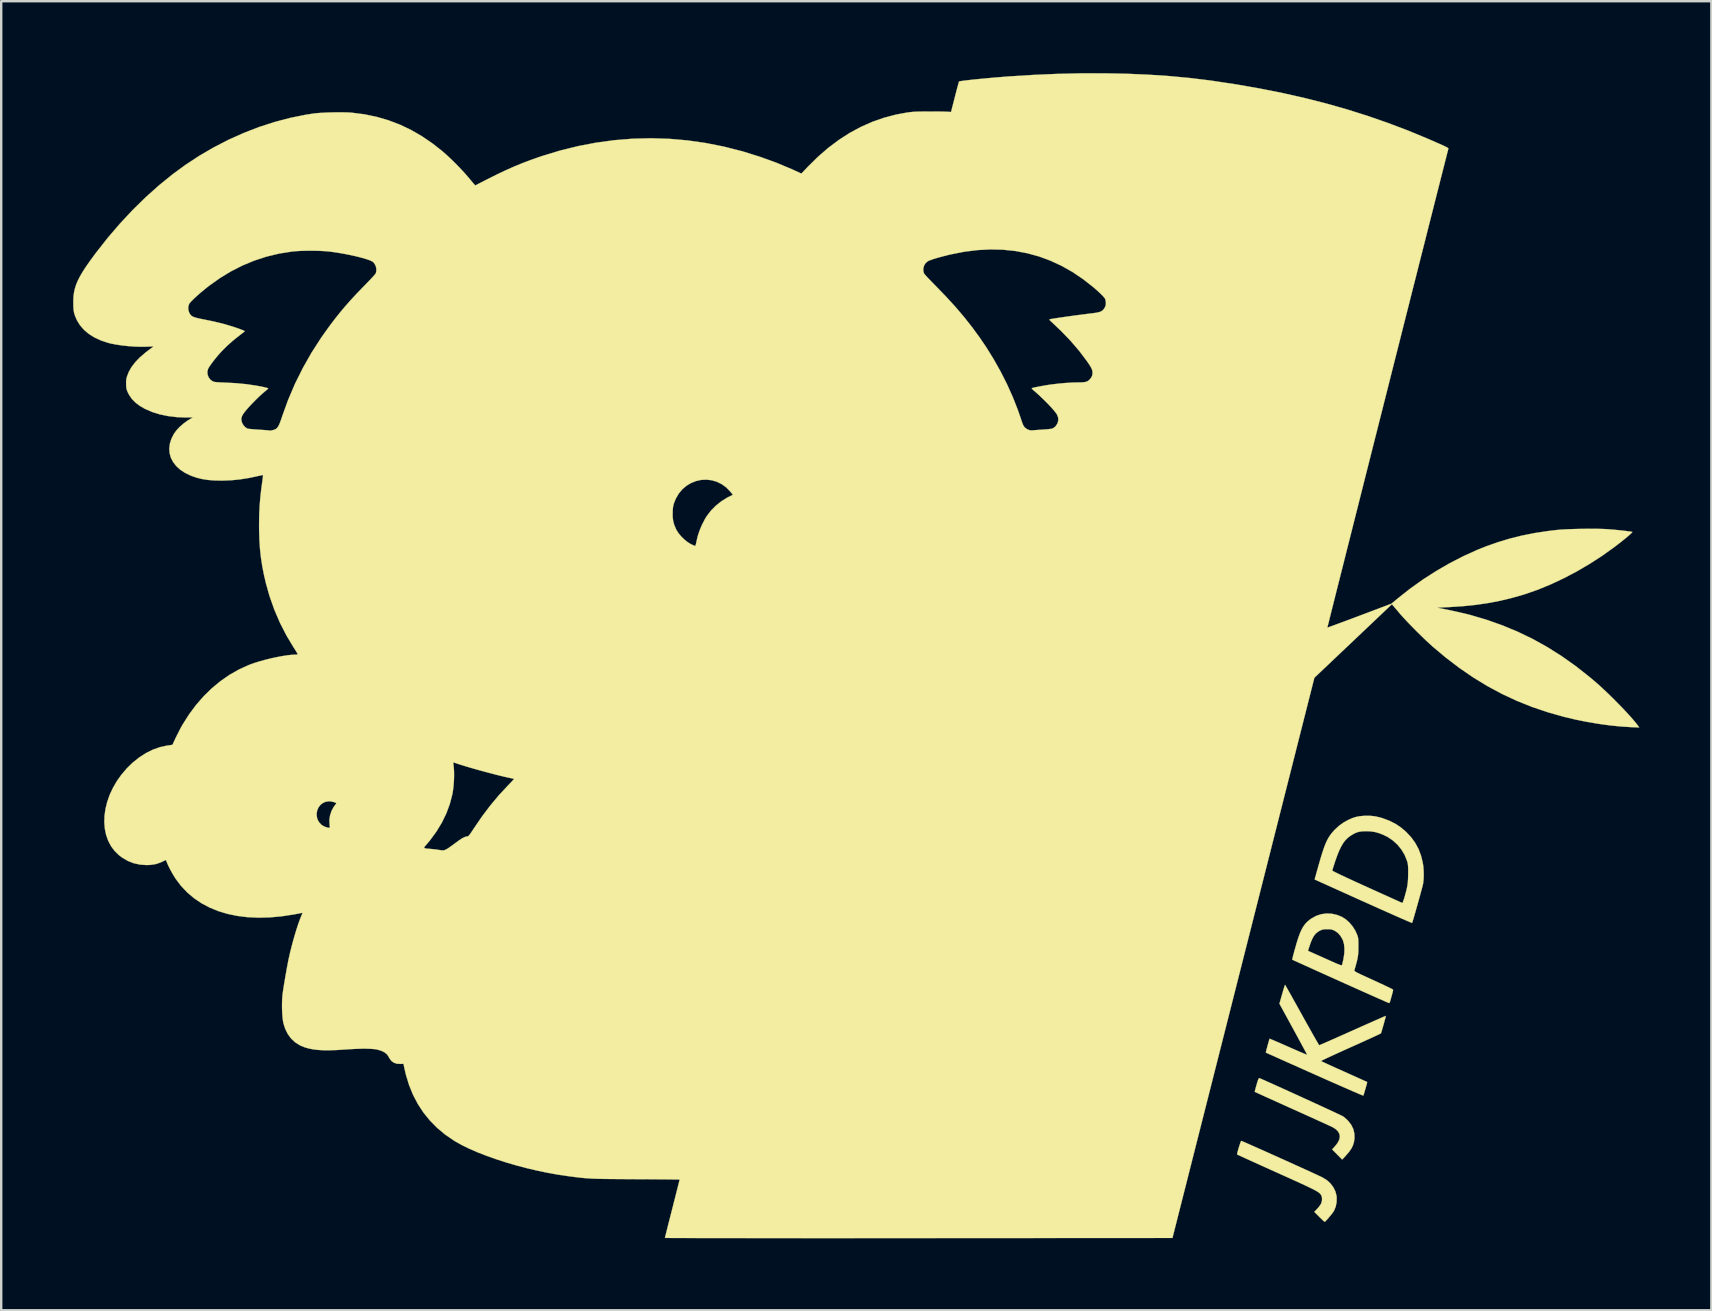
<source format=kicad_pcb>
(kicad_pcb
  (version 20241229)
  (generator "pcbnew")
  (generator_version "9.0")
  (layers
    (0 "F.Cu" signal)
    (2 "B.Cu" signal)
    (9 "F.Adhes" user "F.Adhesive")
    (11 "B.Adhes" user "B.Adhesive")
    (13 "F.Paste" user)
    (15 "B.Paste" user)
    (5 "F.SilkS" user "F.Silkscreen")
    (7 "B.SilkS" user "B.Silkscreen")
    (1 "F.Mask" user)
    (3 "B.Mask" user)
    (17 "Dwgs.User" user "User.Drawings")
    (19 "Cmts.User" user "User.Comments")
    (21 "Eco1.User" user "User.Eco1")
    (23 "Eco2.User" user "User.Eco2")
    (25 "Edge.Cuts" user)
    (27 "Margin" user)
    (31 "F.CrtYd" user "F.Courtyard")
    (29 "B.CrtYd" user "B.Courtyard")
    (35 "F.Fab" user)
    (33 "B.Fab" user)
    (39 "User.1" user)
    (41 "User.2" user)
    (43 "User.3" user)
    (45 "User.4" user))
  (footprint "jjkpdlogov2"
    (layer "F.Cu")
    (at 27.37 9.205)
    (property "Reference" "jjkpdlogov2" (at 0 0 0) (layer "F.SilkS") (effects (font (size 1.27 1.27) (thickness 0.15))))
    (attr through_hole)
    (fp_poly (pts (xy 22.087 32.686) (xy 22.15 32.713) (xy 22.244 32.754) (xy 22.366 32.808) (xy 22.513 32.874) (xy 22.681 32.949) (xy 22.868 33.034) (xy 23.069 33.125) (xy 23.282 33.221) (xy 23.503 33.322) (xy 23.728 33.424) (xy 23.954 33.528) (xy 24.178 33.63) (xy 24.397 33.731) (xy 24.606 33.827) (xy 24.804 33.918) (xy 24.985 34.002) (xy 25.147 34.077) (xy 25.287 34.143) (xy 25.401 34.196) (xy 25.485 34.237) (xy 25.537 34.263) (xy 25.551 34.27) (xy 25.617 34.32) (xy 25.695 34.388) (xy 25.766 34.459) (xy 25.768 34.46) (xy 25.894 34.624) (xy 25.98 34.801) (xy 26.025 34.989) (xy 26.029 35.189) (xy 26.007 35.34) (xy 25.965 35.48) (xy 25.897 35.615) (xy 25.799 35.755) (xy 25.669 35.907) (xy 25.661 35.916) (xy 25.516 36.071) (xy 25.307 35.859) (xy 25.097 35.648) (xy 25.209 35.524) (xy 25.321 35.384) (xy 25.39 35.252) (xy 25.419 35.128) (xy 25.405 35.013) (xy 25.351 34.907) (xy 25.255 34.809) (xy 25.118 34.721) (xy 25.103 34.713) (xy 25.069 34.697) (xy 25 34.665) (xy 24.898 34.618) (xy 24.767 34.558) (xy 24.61 34.487) (xy 24.43 34.405) (xy 24.23 34.314) (xy 24.013 34.216) (xy 23.782 34.112) (xy 23.54 34.003) (xy 23.445 33.96) (xy 23.203 33.851) (xy 22.972 33.747) (xy 22.756 33.649) (xy 22.556 33.558) (xy 22.376 33.477) (xy 22.219 33.406) (xy 22.088 33.346) (xy 21.986 33.3) (xy 21.915 33.267) (xy 21.878 33.25) (xy 21.874 33.248) (xy 21.877 33.226) (xy 21.889 33.17) (xy 21.91 33.09) (xy 21.937 32.991) (xy 21.948 32.955) (xy 21.983 32.834) (xy 22.012 32.751) (xy 22.034 32.7) (xy 22.052 32.678) (xy 22.06 32.676) (xy 22.087 32.686)) (stroke (width 0.01) (type solid)) (fill yes) (layer "F.SilkS"))
    (fp_poly (pts (xy 21.328 35.299) (xy 21.385 35.322) (xy 21.474 35.36) (xy 21.591 35.411) (xy 21.733 35.474) (xy 21.896 35.547) (xy 22.078 35.628) (xy 22.275 35.715) (xy 22.484 35.809) (xy 22.7 35.906) (xy 22.922 36.006) (xy 23.145 36.106) (xy 23.366 36.206) (xy 23.581 36.304) (xy 23.788 36.398) (xy 23.983 36.486) (xy 24.163 36.568) (xy 24.324 36.642) (xy 24.462 36.706) (xy 24.575 36.759) (xy 24.66 36.799) (xy 24.702 36.82) (xy 24.878 36.929) (xy 25.027 37.065) (xy 25.146 37.221) (xy 25.232 37.394) (xy 25.28 37.578) (xy 25.288 37.65) (xy 25.284 37.847) (xy 25.246 38.035) (xy 25.176 38.204) (xy 25.168 38.219) (xy 25.136 38.266) (xy 25.087 38.332) (xy 25.026 38.407) (xy 24.961 38.485) (xy 24.898 38.558) (xy 24.843 38.617) (xy 24.803 38.656) (xy 24.789 38.666) (xy 24.77 38.654) (xy 24.727 38.617) (xy 24.666 38.56) (xy 24.592 38.488) (xy 24.565 38.461) (xy 24.355 38.25) (xy 24.476 38.123) (xy 24.54 38.05) (xy 24.596 37.975) (xy 24.635 37.912) (xy 24.638 37.905) (xy 24.671 37.799) (xy 24.678 37.69) (xy 24.659 37.594) (xy 24.649 37.572) (xy 24.634 37.544) (xy 24.616 37.517) (xy 24.593 37.49) (xy 24.563 37.462) (xy 24.524 37.433) (xy 24.472 37.399) (xy 24.406 37.361) (xy 24.323 37.317) (xy 24.221 37.266) (xy 24.097 37.206) (xy 23.949 37.136) (xy 23.774 37.055) (xy 23.57 36.962) (xy 23.335 36.855) (xy 23.065 36.733) (xy 22.787 36.608) (xy 22.539 36.496) (xy 22.301 36.389) (xy 22.078 36.288) (xy 21.872 36.195) (xy 21.685 36.11) (xy 21.521 36.035) (xy 21.383 35.972) (xy 21.272 35.921) (xy 21.192 35.884) (xy 21.147 35.862) (xy 21.136 35.857) (xy 21.138 35.83) (xy 21.151 35.774) (xy 21.172 35.696) (xy 21.197 35.605) (xy 21.226 35.512) (xy 21.254 35.425) (xy 21.279 35.353) (xy 21.298 35.305) (xy 21.307 35.291) (xy 21.328 35.299)) (stroke (width 0.01) (type solid)) (fill yes) (layer "F.SilkS"))
    (fp_poly (pts (xy 25.089 25.826) (xy 25.312 25.878) (xy 25.5 25.954) (xy 25.659 26.053) (xy 25.81 26.186) (xy 25.946 26.346) (xy 26.059 26.523) (xy 26.138 26.698) (xy 26.159 26.757) (xy 26.173 26.809) (xy 26.183 26.863) (xy 26.189 26.928) (xy 26.192 27.013) (xy 26.192 27.126) (xy 26.192 27.21) (xy 26.191 27.333) (xy 26.187 27.439) (xy 26.179 27.535) (xy 26.166 27.629) (xy 26.147 27.729) (xy 26.119 27.844) (xy 26.082 27.981) (xy 26.034 28.149) (xy 26.024 28.185) (xy 26.023 28.197) (xy 26.031 28.211) (xy 26.05 28.227) (xy 26.084 28.249) (xy 26.136 28.278) (xy 26.21 28.315) (xy 26.309 28.362) (xy 26.435 28.421) (xy 26.594 28.494) (xy 26.787 28.582) (xy 26.819 28.597) (xy 26.992 28.676) (xy 27.153 28.751) (xy 27.297 28.819) (xy 27.421 28.878) (xy 27.521 28.927) (xy 27.592 28.963) (xy 27.631 28.985) (xy 27.637 28.99) (xy 27.637 29.011) (xy 27.629 29.056) (xy 27.611 29.129) (xy 27.583 29.232) (xy 27.545 29.369) (xy 27.503 29.512) (xy 27.483 29.542) (xy 27.468 29.548) (xy 27.445 29.539) (xy 27.387 29.514) (xy 27.295 29.474) (xy 27.172 29.42) (xy 27.021 29.353) (xy 26.845 29.275) (xy 26.645 29.186) (xy 26.425 29.088) (xy 26.187 28.981) (xy 25.933 28.868) (xy 25.667 28.748) (xy 25.444 28.648) (xy 25.17 28.524) (xy 24.906 28.406) (xy 24.656 28.293) (xy 24.422 28.188) (xy 24.207 28.09) (xy 24.012 28.002) (xy 23.842 27.925) (xy 23.698 27.86) (xy 23.582 27.807) (xy 23.499 27.769) (xy 23.449 27.746) (xy 23.435 27.739) (xy 23.438 27.717) (xy 23.451 27.659) (xy 23.472 27.572) (xy 23.502 27.461) (xy 23.526 27.371) (xy 24.091 27.371) (xy 24.137 27.391) (xy 24.167 27.405) (xy 24.23 27.433) (xy 24.323 27.474) (xy 24.439 27.526) (xy 24.575 27.587) (xy 24.725 27.654) (xy 24.839 27.705) (xy 25.016 27.784) (xy 25.158 27.847) (xy 25.27 27.896) (xy 25.354 27.931) (xy 25.416 27.954) (xy 25.458 27.968) (xy 25.486 27.972) (xy 25.501 27.97) (xy 25.509 27.961) (xy 25.511 27.957) (xy 25.522 27.919) (xy 25.538 27.851) (xy 25.558 27.763) (xy 25.571 27.7) (xy 25.604 27.485) (xy 25.611 27.282) (xy 25.594 27.1) (xy 25.552 26.944) (xy 25.534 26.902) (xy 25.443 26.745) (xy 25.336 26.625) (xy 25.21 26.537) (xy 25.193 26.528) (xy 25.124 26.498) (xy 25.061 26.48) (xy 24.99 26.471) (xy 24.892 26.469) (xy 24.794 26.472) (xy 24.721 26.48) (xy 24.658 26.499) (xy 24.591 26.529) (xy 24.494 26.586) (xy 24.41 26.659) (xy 24.336 26.752) (xy 24.27 26.871) (xy 24.206 27.022) (xy 24.142 27.209) (xy 24.14 27.216) (xy 24.091 27.371) (xy 23.526 27.371) (xy 23.537 27.332) (xy 23.57 27.215) (xy 23.639 26.977) (xy 23.705 26.776) (xy 23.769 26.607) (xy 23.835 26.465) (xy 23.905 26.346) (xy 23.981 26.244) (xy 24.067 26.155) (xy 24.165 26.074) (xy 24.243 26.019) (xy 24.441 25.911) (xy 24.65 25.843) (xy 24.867 25.815) (xy 25.089 25.826)) (stroke (width 0.01) (type solid)) (fill yes) (layer "F.SilkS"))
    (fp_poly (pts (xy 26.888 21.766) (xy 27.098 21.813) (xy 27.205 21.846) (xy 27.484 21.951) (xy 27.733 22.076) (xy 27.958 22.226) (xy 28.169 22.404) (xy 28.181 22.415) (xy 28.39 22.638) (xy 28.561 22.874) (xy 28.698 23.127) (xy 28.802 23.404) (xy 28.874 23.696) (xy 28.898 23.853) (xy 28.911 24.029) (xy 28.916 24.21) (xy 28.91 24.383) (xy 28.894 24.534) (xy 28.885 24.589) (xy 28.872 24.644) (xy 28.85 24.73) (xy 28.82 24.842) (xy 28.785 24.973) (xy 28.745 25.119) (xy 28.702 25.274) (xy 28.657 25.433) (xy 28.613 25.591) (xy 28.57 25.742) (xy 28.53 25.881) (xy 28.495 26.002) (xy 28.466 26.1) (xy 28.444 26.169) (xy 28.432 26.205) (xy 28.43 26.208) (xy 28.409 26.202) (xy 28.352 26.179) (xy 28.262 26.141) (xy 28.141 26.089) (xy 27.991 26.024) (xy 27.816 25.947) (xy 27.617 25.859) (xy 27.398 25.761) (xy 27.16 25.655) (xy 26.907 25.542) (xy 26.64 25.422) (xy 26.395 25.312) (xy 26.119 25.188) (xy 25.854 25.068) (xy 25.603 24.955) (xy 25.368 24.849) (xy 25.151 24.751) (xy 24.956 24.663) (xy 24.784 24.585) (xy 24.639 24.52) (xy 24.522 24.467) (xy 24.437 24.428) (xy 24.385 24.405) (xy 24.37 24.397) (xy 24.374 24.377) (xy 24.389 24.321) (xy 24.413 24.234) (xy 24.445 24.12) (xy 24.471 24.028) (xy 25.104 24.028) (xy 25.123 24.042) (xy 25.178 24.072) (xy 25.269 24.117) (xy 25.392 24.177) (xy 25.546 24.25) (xy 25.728 24.335) (xy 25.937 24.432) (xy 26.171 24.54) (xy 26.428 24.657) (xy 26.559 24.716) (xy 26.792 24.822) (xy 27.014 24.922) (xy 27.222 25.016) (xy 27.413 25.102) (xy 27.583 25.179) (xy 27.731 25.246) (xy 27.851 25.3) (xy 27.943 25.341) (xy 28.002 25.367) (xy 28.026 25.377) (xy 28.027 25.377) (xy 28.037 25.359) (xy 28.057 25.308) (xy 28.083 25.234) (xy 28.106 25.162) (xy 28.161 24.971) (xy 28.203 24.808) (xy 28.233 24.659) (xy 28.252 24.513) (xy 28.262 24.357) (xy 28.266 24.179) (xy 28.266 24.151) (xy 28.267 24.012) (xy 28.265 23.906) (xy 28.26 23.824) (xy 28.253 23.758) (xy 28.241 23.699) (xy 28.224 23.638) (xy 28.219 23.622) (xy 28.122 23.379) (xy 27.988 23.153) (xy 27.822 22.949) (xy 27.628 22.772) (xy 27.409 22.624) (xy 27.227 22.535) (xy 27.047 22.466) (xy 26.883 22.42) (xy 26.721 22.395) (xy 26.542 22.386) (xy 26.511 22.386) (xy 26.356 22.391) (xy 26.228 22.408) (xy 26.114 22.44) (xy 26 22.494) (xy 25.872 22.571) (xy 25.858 22.58) (xy 25.751 22.661) (xy 25.653 22.758) (xy 25.563 22.874) (xy 25.479 23.015) (xy 25.396 23.184) (xy 25.314 23.385) (xy 25.229 23.624) (xy 25.221 23.648) (xy 25.183 23.765) (xy 25.15 23.868) (xy 25.124 23.951) (xy 25.108 24.007) (xy 25.104 24.028) (xy 24.471 24.028) (xy 24.483 23.985) (xy 24.525 23.833) (xy 24.554 23.733) (xy 24.627 23.481) (xy 24.694 23.265) (xy 24.756 23.081) (xy 24.816 22.924) (xy 24.876 22.788) (xy 24.939 22.67) (xy 25.006 22.565) (xy 25.08 22.466) (xy 25.163 22.37) (xy 25.207 22.323) (xy 25.39 22.154) (xy 25.585 22.016) (xy 25.783 21.909) (xy 25.937 21.841) (xy 26.077 21.795) (xy 26.22 21.765) (xy 26.383 21.748) (xy 26.454 21.744) (xy 26.68 21.743) (xy 26.888 21.766)) (stroke (width 0.01) (type solid)) (fill yes) (layer "F.SilkS"))
    (fp_poly (pts (xy 23.147 28.805) (xy 23.177 28.858) (xy 23.225 28.941) (xy 23.288 29.052) (xy 23.365 29.188) (xy 23.453 29.346) (xy 23.552 29.524) (xy 23.66 29.717) (xy 23.774 29.923) (xy 23.843 30.047) (xy 23.961 30.259) (xy 24.073 30.46) (xy 24.178 30.647) (xy 24.273 30.816) (xy 24.358 30.966) (xy 24.43 31.092) (xy 24.488 31.191) (xy 24.53 31.262) (xy 24.555 31.3) (xy 24.56 31.305) (xy 24.582 31.297) (xy 24.64 31.273) (xy 24.73 31.234) (xy 24.85 31.182) (xy 24.995 31.118) (xy 25.164 31.043) (xy 25.352 30.96) (xy 25.557 30.869) (xy 25.776 30.771) (xy 25.956 30.691) (xy 26.183 30.589) (xy 26.398 30.493) (xy 26.599 30.404) (xy 26.782 30.323) (xy 26.944 30.252) (xy 27.082 30.191) (xy 27.194 30.142) (xy 27.275 30.107) (xy 27.324 30.087) (xy 27.336 30.082) (xy 27.333 30.104) (xy 27.319 30.158) (xy 27.298 30.236) (xy 27.272 30.332) (xy 27.243 30.436) (xy 27.213 30.541) (xy 27.184 30.639) (xy 27.16 30.722) (xy 27.141 30.781) (xy 27.13 30.81) (xy 27.13 30.811) (xy 27.109 30.823) (xy 27.053 30.85) (xy 26.964 30.892) (xy 26.846 30.947) (xy 26.703 31.013) (xy 26.538 31.088) (xy 26.353 31.172) (xy 26.153 31.263) (xy 25.94 31.358) (xy 25.867 31.391) (xy 25.652 31.487) (xy 25.449 31.579) (xy 25.261 31.665) (xy 25.092 31.743) (xy 24.944 31.811) (xy 24.821 31.869) (xy 24.727 31.915) (xy 24.663 31.946) (xy 24.635 31.963) (xy 24.633 31.965) (xy 24.655 31.977) (xy 24.712 32.004) (xy 24.8 32.044) (xy 24.915 32.097) (xy 25.054 32.161) (xy 25.212 32.233) (xy 25.387 32.311) (xy 25.574 32.395) (xy 25.601 32.408) (xy 25.789 32.492) (xy 25.965 32.571) (xy 26.125 32.643) (xy 26.265 32.706) (xy 26.383 32.759) (xy 26.473 32.8) (xy 26.533 32.827) (xy 26.558 32.839) (xy 26.558 32.839) (xy 26.555 32.86) (xy 26.543 32.912) (xy 26.523 32.987) (xy 26.498 33.075) (xy 26.471 33.168) (xy 26.445 33.257) (xy 26.422 33.332) (xy 26.405 33.384) (xy 26.397 33.405) (xy 26.376 33.399) (xy 26.319 33.376) (xy 26.229 33.339) (xy 26.108 33.287) (xy 25.958 33.223) (xy 25.782 33.146) (xy 25.584 33.059) (xy 25.364 32.963) (xy 25.126 32.858) (xy 24.872 32.746) (xy 24.606 32.627) (xy 24.363 32.519) (xy 24.086 32.396) (xy 23.821 32.278) (xy 23.57 32.165) (xy 23.334 32.06) (xy 23.117 31.963) (xy 22.922 31.876) (xy 22.75 31.799) (xy 22.604 31.733) (xy 22.487 31.681) (xy 22.401 31.642) (xy 22.35 31.619) (xy 22.334 31.612) (xy 22.338 31.591) (xy 22.35 31.538) (xy 22.369 31.463) (xy 22.393 31.374) (xy 22.419 31.28) (xy 22.444 31.19) (xy 22.466 31.113) (xy 22.482 31.058) (xy 22.491 31.034) (xy 22.491 31.034) (xy 22.511 31.041) (xy 22.566 31.063) (xy 22.65 31.099) (xy 22.761 31.146) (xy 22.895 31.204) (xy 23.046 31.27) (xy 23.211 31.343) (xy 23.272 31.37) (xy 23.441 31.444) (xy 23.598 31.513) (xy 23.738 31.574) (xy 23.858 31.625) (xy 23.953 31.665) (xy 24.019 31.692) (xy 24.051 31.705) (xy 24.054 31.705) (xy 24.046 31.685) (xy 24.019 31.632) (xy 23.975 31.548) (xy 23.916 31.438) (xy 23.843 31.303) (xy 23.759 31.148) (xy 23.666 30.975) (xy 23.565 30.789) (xy 23.481 30.636) (xy 22.901 29.575) (xy 23.013 29.181) (xy 23.048 29.059) (xy 23.079 28.953) (xy 23.106 28.868) (xy 23.125 28.811) (xy 23.135 28.788) (xy 23.135 28.787) (xy 23.147 28.805)) (stroke (width 0.01) (type solid)) (fill yes) (layer "F.SilkS"))
    (fp_poly (pts (xy 16.519 -9.182) (xy 17.433 -9.143) (xy 18.318 -9.084) (xy 19.173 -9.004) (xy 19.994 -8.904) (xy 20.108 -8.888) (xy 21.12 -8.735) (xy 22.096 -8.564) (xy 23.041 -8.376) (xy 23.957 -8.169) (xy 24.851 -7.942) (xy 25.724 -7.694) (xy 26.581 -7.424) (xy 27.426 -7.13) (xy 28.263 -6.813) (xy 29.095 -6.469) (xy 29.713 -6.197) (xy 29.818 -6.148) (xy 29.888 -6.111) (xy 29.928 -6.084) (xy 29.942 -6.063) (xy 29.942 -6.056) (xy 29.933 -6.024) (xy 29.915 -5.953) (xy 29.887 -5.845) (xy 29.85 -5.7) (xy 29.805 -5.521) (xy 29.751 -5.309) (xy 29.689 -5.066) (xy 29.619 -4.792) (xy 29.543 -4.49) (xy 29.459 -4.162) (xy 29.369 -3.807) (xy 29.274 -3.429) (xy 29.172 -3.029) (xy 29.065 -2.607) (xy 28.954 -2.166) (xy 28.838 -1.708) (xy 28.717 -1.233) (xy 28.594 -0.743) (xy 28.466 -0.241) (xy 28.336 0.274) (xy 28.203 0.799) (xy 28.068 1.332) (xy 27.932 1.873) (xy 27.794 2.419) (xy 27.654 2.97) (xy 27.515 3.523) (xy 27.375 4.077) (xy 27.235 4.631) (xy 27.095 5.183) (xy 26.957 5.731) (xy 26.819 6.274) (xy 26.684 6.811) (xy 26.55 7.34) (xy 26.419 7.859) (xy 26.291 8.367) (xy 26.166 8.863) (xy 26.044 9.345) (xy 25.927 9.81) (xy 25.814 10.259) (xy 25.705 10.689) (xy 25.602 11.099) (xy 25.504 11.487) (xy 25.412 11.852) (xy 25.326 12.192) (xy 25.247 12.506) (xy 25.175 12.792) (xy 25.111 13.049) (xy 25.054 13.275) (xy 25.005 13.468) (xy 24.966 13.628) (xy 24.935 13.752) (xy 24.913 13.84) (xy 24.901 13.888) (xy 24.899 13.899) (xy 24.919 13.893) (xy 24.977 13.874) (xy 25.067 13.842) (xy 25.187 13.798) (xy 25.333 13.744) (xy 25.503 13.681) (xy 25.693 13.611) (xy 25.9 13.534) (xy 26.12 13.451) (xy 26.239 13.406) (xy 27.57 12.904) (xy 27.834 12.683) (xy 28.34 12.283) (xy 28.872 11.903) (xy 29.425 11.548) (xy 29.992 11.22) (xy 30.567 10.924) (xy 31.143 10.663) (xy 31.523 10.511) (xy 32.018 10.337) (xy 32.514 10.188) (xy 33.02 10.063) (xy 33.543 9.959) (xy 34.092 9.876) (xy 34.47 9.831) (xy 34.617 9.818) (xy 34.798 9.807) (xy 35.005 9.798) (xy 35.231 9.791) (xy 35.467 9.786) (xy 35.706 9.783) (xy 35.94 9.782) (xy 36.16 9.784) (xy 36.358 9.789) (xy 36.528 9.796) (xy 36.57 9.799) (xy 36.691 9.808) (xy 36.826 9.819) (xy 36.967 9.833) (xy 37.109 9.847) (xy 37.245 9.862) (xy 37.368 9.877) (xy 37.473 9.891) (xy 37.552 9.902) (xy 37.598 9.911) (xy 37.608 9.915) (xy 37.599 9.934) (xy 37.559 9.975) (xy 37.494 10.035) (xy 37.406 10.111) (xy 37.301 10.198) (xy 37.181 10.295) (xy 37.051 10.397) (xy 36.915 10.502) (xy 36.841 10.558) (xy 36.342 10.914) (xy 35.824 11.248) (xy 35.293 11.559) (xy 34.755 11.842) (xy 34.215 12.096) (xy 33.678 12.317) (xy 33.15 12.502) (xy 32.999 12.549) (xy 32.521 12.682) (xy 32.045 12.793) (xy 31.561 12.884) (xy 31.063 12.956) (xy 30.543 13.009) (xy 29.993 13.045) (xy 29.824 13.053) (xy 29.705 13.058) (xy 29.606 13.064) (xy 29.532 13.069) (xy 29.49 13.073) (xy 29.484 13.076) (xy 29.485 13.076) (xy 29.566 13.089) (xy 29.681 13.111) (xy 29.821 13.139) (xy 29.98 13.172) (xy 30.149 13.208) (xy 30.322 13.246) (xy 30.489 13.285) (xy 30.645 13.321) (xy 30.78 13.354) (xy 30.863 13.376) (xy 31.544 13.577) (xy 32.201 13.81) (xy 32.838 14.075) (xy 33.457 14.374) (xy 34.06 14.709) (xy 34.651 15.081) (xy 35.232 15.492) (xy 35.806 15.943) (xy 36.08 16.174) (xy 36.251 16.325) (xy 36.432 16.493) (xy 36.621 16.672) (xy 36.812 16.859) (xy 37.001 17.05) (xy 37.185 17.238) (xy 37.357 17.421) (xy 37.515 17.594) (xy 37.654 17.752) (xy 37.769 17.891) (xy 37.852 18) (xy 37.896 18.062) (xy 37.559 18.049) (xy 37.13 18.022) (xy 36.674 17.976) (xy 36.202 17.911) (xy 35.723 17.831) (xy 35.247 17.735) (xy 34.786 17.626) (xy 34.766 17.621) (xy 34.085 17.429) (xy 33.428 17.206) (xy 32.791 16.951) (xy 32.173 16.663) (xy 31.571 16.339) (xy 30.981 15.98) (xy 30.401 15.582) (xy 29.828 15.145) (xy 29.284 14.688) (xy 29.152 14.569) (xy 29.001 14.429) (xy 28.839 14.272) (xy 28.669 14.106) (xy 28.5 13.936) (xy 28.337 13.769) (xy 28.185 13.61) (xy 28.051 13.466) (xy 27.941 13.342) (xy 27.919 13.316) (xy 27.839 13.221) (xy 27.765 13.134) (xy 27.702 13.06) (xy 27.657 13.007) (xy 27.642 12.99) (xy 27.588 12.927) (xy 24.357 15.992) (xy 18.443 39.338) (xy 7.867 39.344) (xy 7.2 39.344) (xy 6.544 39.344) (xy 5.899 39.344) (xy 5.268 39.344) (xy 4.651 39.345) (xy 4.05 39.345) (xy 3.467 39.345) (xy 2.901 39.344) (xy 2.355 39.344) (xy 1.829 39.344) (xy 1.326 39.344) (xy 0.846 39.344) (xy 0.391 39.343) (xy -0.038 39.343) (xy -0.44 39.343) (xy -0.814 39.342) (xy -1.158 39.342) (xy -1.471 39.341) (xy -1.752 39.341) (xy -1.999 39.34) (xy -2.212 39.339) (xy -2.389 39.339) (xy -2.528 39.338) (xy -2.629 39.337) (xy -2.69 39.336) (xy -2.709 39.335) (xy -2.704 39.313) (xy -2.69 39.253) (xy -2.666 39.16) (xy -2.635 39.036) (xy -2.598 38.886) (xy -2.554 38.713) (xy -2.505 38.521) (xy -2.452 38.313) (xy -2.402 38.117) (xy -2.347 37.898) (xy -2.294 37.693) (xy -2.246 37.503) (xy -2.203 37.333) (xy -2.166 37.186) (xy -2.136 37.066) (xy -2.113 36.977) (xy -2.1 36.922) (xy -2.095 36.904) (xy -2.116 36.903) (xy -2.176 36.902) (xy -2.272 36.9) (xy -2.402 36.899) (xy -2.561 36.897) (xy -2.747 36.895) (xy -2.958 36.894) (xy -3.189 36.892) (xy -3.438 36.89) (xy -3.702 36.889) (xy -3.911 36.888) (xy -4.241 36.886) (xy -4.533 36.884) (xy -4.791 36.882) (xy -5.017 36.88) (xy -5.215 36.878) (xy -5.391 36.875) (xy -5.546 36.871) (xy -5.685 36.866) (xy -5.811 36.86) (xy -5.929 36.852) (xy -6.041 36.844) (xy -6.153 36.833) (xy -6.267 36.821) (xy -6.387 36.807) (xy -6.517 36.791) (xy -6.66 36.772) (xy -6.72 36.765) (xy -7.15 36.702) (xy -7.588 36.624) (xy -8.029 36.532) (xy -8.471 36.428) (xy -8.907 36.313) (xy -9.334 36.188) (xy -9.746 36.055) (xy -10.14 35.915) (xy -10.511 35.771) (xy -10.855 35.622) (xy -11.166 35.47) (xy -11.44 35.318) (xy -11.501 35.28) (xy -11.869 35.028) (xy -12.203 34.748) (xy -12.504 34.443) (xy -12.772 34.112) (xy -13.005 33.756) (xy -13.206 33.374) (xy -13.372 32.966) (xy -13.504 32.534) (xy -13.568 32.258) (xy -13.605 32.078) (xy -13.721 32.085) (xy -13.875 32.077) (xy -14.005 32.034) (xy -14.112 31.956) (xy -14.195 31.843) (xy -14.216 31.8) (xy -14.282 31.696) (xy -14.381 31.611) (xy -14.516 31.542) (xy -14.688 31.489) (xy -14.716 31.483) (xy -14.825 31.466) (xy -14.971 31.455) (xy -15.15 31.45) (xy -15.357 31.45) (xy -15.587 31.457) (xy -15.836 31.47) (xy -16.039 31.483) (xy -16.371 31.505) (xy -16.666 31.515) (xy -16.927 31.515) (xy -17.16 31.502) (xy -17.366 31.478) (xy -17.551 31.442) (xy -17.719 31.393) (xy -17.872 31.332) (xy -17.938 31.299) (xy -18.128 31.178) (xy -18.291 31.024) (xy -18.426 30.839) (xy -18.533 30.624) (xy -18.607 30.395) (xy -18.629 30.279) (xy -18.646 30.13) (xy -18.659 29.959) (xy -18.666 29.776) (xy -18.667 29.59) (xy -18.662 29.411) (xy -18.651 29.25) (xy -18.648 29.225) (xy -18.636 29.123) (xy -18.616 28.987) (xy -18.591 28.825) (xy -18.561 28.646) (xy -18.529 28.456) (xy -18.495 28.264) (xy -18.462 28.077) (xy -18.429 27.904) (xy -18.399 27.751) (xy -18.382 27.671) (xy -18.33 27.44) (xy -18.27 27.198) (xy -18.204 26.953) (xy -18.135 26.711) (xy -18.065 26.481) (xy -17.996 26.268) (xy -17.929 26.082) (xy -17.868 25.928) (xy -17.857 25.901) (xy -17.829 25.835) (xy -17.818 25.8) (xy -17.824 25.788) (xy -17.839 25.79) (xy -17.872 25.797) (xy -17.939 25.811) (xy -18.029 25.828) (xy -18.134 25.848) (xy -18.161 25.853) (xy -18.674 25.932) (xy -19.169 25.977) (xy -19.643 25.989) (xy -20.098 25.969) (xy -20.531 25.916) (xy -20.941 25.831) (xy -21.328 25.714) (xy -21.691 25.565) (xy -22.028 25.385) (xy -22.339 25.174) (xy -22.623 24.933) (xy -22.879 24.661) (xy -23.103 24.363) (xy -23.176 24.248) (xy -23.253 24.115) (xy -23.328 23.978) (xy -23.395 23.845) (xy -23.448 23.728) (xy -23.476 23.659) (xy -23.496 23.61) (xy -23.512 23.586) (xy -23.515 23.586) (xy -23.72 23.687) (xy -23.92 23.754) (xy -24.128 23.789) (xy -24.31 23.797) (xy -24.59 23.777) (xy -24.851 23.719) (xy -25.097 23.622) (xy -25.329 23.486) (xy -25.465 23.383) (xy -25.646 23.206) (xy -25.755 23.059) (xy -12.741 23.059) (xy -12.74 23.083) (xy -12.711 23.098) (xy -12.65 23.109) (xy -12.553 23.118) (xy -12.488 23.123) (xy -12.375 23.134) (xy -12.256 23.148) (xy -12.15 23.163) (xy -12.129 23.166) (xy -12.026 23.182) (xy -11.95 23.185) (xy -11.886 23.172) (xy -11.821 23.142) (xy -11.752 23.101) (xy -11.687 23.057) (xy -11.6 22.995) (xy -11.505 22.926) (xy -11.432 22.871) (xy -11.284 22.763) (xy -11.163 22.684) (xy -11.064 22.633) (xy -10.987 22.608) (xy -10.956 22.605) (xy -10.932 22.603) (xy -10.91 22.593) (xy -10.884 22.572) (xy -10.852 22.535) (xy -10.81 22.476) (xy -10.753 22.393) (xy -10.679 22.28) (xy -10.652 22.24) (xy -10.321 21.756) (xy -9.981 21.308) (xy -9.628 20.886) (xy -9.284 20.516) (xy -9.195 20.423) (xy -9.117 20.342) (xy -9.056 20.276) (xy -9.015 20.229) (xy -8.998 20.208) (xy -8.998 20.207) (xy -9.021 20.2) (xy -9.076 20.187) (xy -9.152 20.17) (xy -9.186 20.163) (xy -9.358 20.125) (xy -9.561 20.077) (xy -9.787 20.021) (xy -10.028 19.958) (xy -10.277 19.891) (xy -10.525 19.823) (xy -10.766 19.754) (xy -10.99 19.688) (xy -11.19 19.627) (xy -11.359 19.572) (xy -11.396 19.559) (xy -11.462 19.537) (xy -11.509 19.524) (xy -11.527 19.521) (xy -11.527 19.543) (xy -11.523 19.597) (xy -11.515 19.674) (xy -11.51 19.717) (xy -11.498 19.886) (xy -11.496 20.084) (xy -11.503 20.294) (xy -11.519 20.505) (xy -11.543 20.702) (xy -11.567 20.844) (xy -11.672 21.246) (xy -11.818 21.64) (xy -12.004 22.025) (xy -12.23 22.398) (xy -12.494 22.759) (xy -12.674 22.973) (xy -12.718 23.023) (xy -12.741 23.059) (xy -25.755 23.059) (xy -25.795 23.005) (xy -25.912 22.782) (xy -25.997 22.541) (xy -26.051 22.284) (xy -26.073 22.013) (xy -26.063 21.734) (xy -26.048 21.626) (xy -17.221 21.626) (xy -17.221 21.755) (xy -17.191 21.883) (xy -17.129 22.003) (xy -17.034 22.11) (xy -17.023 22.118) (xy -16.94 22.172) (xy -16.84 22.216) (xy -16.743 22.241) (xy -16.71 22.245) (xy -16.687 22.243) (xy -16.675 22.23) (xy -16.674 22.196) (xy -16.682 22.132) (xy -16.686 22.106) (xy -16.693 21.919) (xy -16.665 21.728) (xy -16.605 21.544) (xy -16.516 21.378) (xy -16.489 21.341) (xy -16.446 21.283) (xy -16.415 21.24) (xy -16.404 21.221) (xy -16.423 21.204) (xy -16.472 21.184) (xy -16.54 21.164) (xy -16.614 21.149) (xy -16.682 21.14) (xy -16.702 21.139) (xy -16.841 21.157) (xy -16.962 21.208) (xy -17.062 21.286) (xy -17.14 21.385) (xy -17.194 21.501) (xy -17.221 21.626) (xy -26.048 21.626) (xy -26.022 21.447) (xy -25.95 21.157) (xy -25.847 20.866) (xy -25.712 20.577) (xy -25.547 20.293) (xy -25.363 20.034) (xy -25.131 19.762) (xy -24.88 19.519) (xy -24.615 19.308) (xy -24.337 19.13) (xy -24.051 18.988) (xy -23.759 18.884) (xy -23.465 18.819) (xy -23.363 18.806) (xy -23.291 18.795) (xy -23.24 18.782) (xy -23.22 18.77) (xy -23.22 18.769) (xy -23.21 18.739) (xy -23.185 18.679) (xy -23.145 18.594) (xy -23.097 18.492) (xy -23.041 18.38) (xy -22.982 18.264) (xy -22.924 18.15) (xy -22.869 18.047) (xy -22.82 17.959) (xy -22.806 17.935) (xy -22.538 17.513) (xy -22.245 17.12) (xy -21.929 16.758) (xy -21.591 16.428) (xy -21.233 16.132) (xy -20.858 15.871) (xy -20.466 15.648) (xy -20.06 15.463) (xy -20.007 15.442) (xy -19.816 15.374) (xy -19.602 15.307) (xy -19.373 15.244) (xy -19.137 15.185) (xy -18.902 15.134) (xy -18.674 15.091) (xy -18.463 15.058) (xy -18.276 15.036) (xy -18.12 15.028) (xy -18.115 15.028) (xy -18.056 15.025) (xy -18.019 15.015) (xy -18.013 15.008) (xy -18.024 14.984) (xy -18.054 14.932) (xy -18.099 14.858) (xy -18.155 14.77) (xy -18.173 14.743) (xy -18.479 14.234) (xy -18.752 13.702) (xy -18.989 13.149) (xy -19.19 12.579) (xy -19.333 12.071) (xy -19.421 11.696) (xy -19.491 11.337) (xy -19.545 10.984) (xy -19.584 10.628) (xy -19.609 10.257) (xy -19.621 9.861) (xy -19.623 9.62) (xy -19.618 9.221) (xy -19.612 9.092) (xy -2.387 9.092) (xy -2.386 9.291) (xy -2.363 9.467) (xy -2.316 9.633) (xy -2.242 9.804) (xy -2.228 9.831) (xy -2.144 9.963) (xy -2.032 10.099) (xy -1.901 10.228) (xy -1.763 10.338) (xy -1.63 10.42) (xy -1.554 10.456) (xy -1.492 10.483) (xy -1.454 10.497) (xy -1.449 10.498) (xy -1.435 10.479) (xy -1.419 10.428) (xy -1.403 10.355) (xy -1.399 10.335) (xy -1.346 10.1) (xy -1.265 9.854) (xy -1.161 9.608) (xy -1.041 9.376) (xy -0.961 9.247) (xy -0.791 9.025) (xy -0.587 8.819) (xy -0.359 8.637) (xy -0.116 8.486) (xy -0.066 8.46) (xy 0.123 8.365) (xy 0.01 8.227) (xy -0.156 8.057) (xy -0.342 7.922) (xy -0.544 7.823) (xy -0.757 7.76) (xy -0.977 7.734) (xy -1.199 7.745) (xy -1.419 7.794) (xy -1.633 7.882) (xy -1.808 7.988) (xy -1.984 8.137) (xy -2.13 8.311) (xy -2.249 8.515) (xy -2.313 8.665) (xy -2.342 8.75) (xy -2.362 8.826) (xy -2.375 8.907) (xy -2.383 9.007) (xy -2.387 9.092) (xy -19.612 9.092) (xy -19.601 8.847) (xy -19.572 8.482) (xy -19.53 8.109) (xy -19.504 7.919) (xy -19.487 7.799) (xy -19.473 7.695) (xy -19.463 7.613) (xy -19.458 7.56) (xy -19.458 7.544) (xy -19.48 7.545) (xy -19.534 7.555) (xy -19.608 7.571) (xy -19.633 7.577) (xy -20.034 7.663) (xy -20.413 7.723) (xy -20.78 7.76) (xy -21.146 7.774) (xy -21.188 7.774) (xy -21.486 7.768) (xy -21.751 7.747) (xy -21.992 7.71) (xy -22.216 7.655) (xy -22.43 7.582) (xy -22.478 7.563) (xy -22.712 7.45) (xy -22.912 7.317) (xy -23.077 7.167) (xy -23.205 7.001) (xy -23.297 6.824) (xy -23.351 6.635) (xy -23.366 6.439) (xy -23.341 6.236) (xy -23.276 6.03) (xy -23.174 5.829) (xy -23.07 5.684) (xy -22.932 5.537) (xy -22.771 5.396) (xy -22.596 5.269) (xy -22.5 5.211) (xy -22.384 5.144) (xy -22.662 5.144) (xy -23.048 5.129) (xy -23.415 5.085) (xy -23.76 5.014) (xy -24.077 4.915) (xy -24.365 4.79) (xy -24.4 4.773) (xy -24.611 4.648) (xy -24.784 4.514) (xy -24.926 4.367) (xy -25.039 4.202) (xy -25.077 4.13) (xy -25.116 4.048) (xy -25.14 3.98) (xy -25.154 3.91) (xy -25.161 3.82) (xy -25.163 3.779) (xy -25.165 3.647) (xy -25.155 3.541) (xy -25.136 3.46) (xy -25.056 3.25) (xy -24.939 3.043) (xy -24.783 2.839) (xy -24.588 2.637) (xy -24.352 2.434) (xy -24.215 2.329) (xy -24.14 2.274) (xy -24.078 2.228) (xy -24.037 2.197) (xy -24.025 2.188) (xy -24.041 2.185) (xy -24.093 2.185) (xy -24.171 2.187) (xy -24.27 2.191) (xy -24.3 2.193) (xy -24.541 2.197) (xy -24.801 2.189) (xy -25.07 2.17) (xy -25.336 2.141) (xy -25.589 2.103) (xy -25.818 2.058) (xy -25.929 2.029) (xy -26.222 1.931) (xy -26.486 1.808) (xy -26.719 1.661) (xy -26.919 1.492) (xy -27.085 1.301) (xy -27.215 1.091) (xy -27.291 0.913) (xy -27.318 0.832) (xy -27.337 0.761) (xy -27.349 0.688) (xy -27.357 0.601) (xy -27.361 0.526) (xy -22.574 0.526) (xy -22.574 0.651) (xy -22.537 0.767) (xy -22.507 0.826) (xy -22.473 0.874) (xy -22.43 0.912) (xy -22.372 0.945) (xy -22.294 0.974) (xy -22.189 1.003) (xy -22.052 1.033) (xy -21.922 1.059) (xy -21.614 1.122) (xy -21.34 1.184) (xy -21.088 1.248) (xy -20.849 1.317) (xy -20.614 1.392) (xy -20.463 1.444) (xy -20.369 1.479) (xy -20.292 1.509) (xy -20.239 1.533) (xy -20.219 1.547) (xy -20.219 1.548) (xy -20.237 1.565) (xy -20.283 1.603) (xy -20.349 1.655) (xy -20.429 1.716) (xy -20.436 1.721) (xy -20.696 1.928) (xy -20.946 2.149) (xy -21.172 2.374) (xy -21.277 2.489) (xy -21.386 2.616) (xy -21.49 2.745) (xy -21.583 2.866) (xy -21.661 2.976) (xy -21.72 3.066) (xy -21.752 3.127) (xy -21.778 3.24) (xy -21.768 3.356) (xy -21.727 3.466) (xy -21.657 3.561) (xy -21.565 3.631) (xy -21.501 3.658) (xy -21.458 3.665) (xy -21.381 3.673) (xy -21.277 3.68) (xy -21.156 3.686) (xy -21.029 3.691) (xy -20.585 3.714) (xy -20.15 3.756) (xy -19.777 3.811) (xy -19.624 3.838) (xy -19.49 3.864) (xy -19.38 3.888) (xy -19.3 3.909) (xy -19.252 3.925) (xy -19.242 3.933) (xy -19.257 3.953) (xy -19.298 3.99) (xy -19.355 4.038) (xy -19.362 4.043) (xy -19.477 4.141) (xy -19.611 4.263) (xy -19.753 4.401) (xy -19.895 4.544) (xy -20.028 4.686) (xy -20.122 4.791) (xy -20.215 4.903) (xy -20.282 4.994) (xy -20.326 5.069) (xy -20.351 5.138) (xy -20.361 5.206) (xy -20.362 5.239) (xy -20.343 5.337) (xy -20.294 5.437) (xy -20.223 5.526) (xy -20.14 5.59) (xy -20.106 5.606) (xy -20.068 5.614) (xy -19.996 5.623) (xy -19.896 5.633) (xy -19.777 5.642) (xy -19.645 5.651) (xy -19.63 5.652) (xy -19.501 5.661) (xy -19.387 5.669) (xy -19.294 5.676) (xy -19.229 5.682) (xy -19.199 5.687) (xy -19.198 5.688) (xy -19.169 5.692) (xy -19.113 5.685) (xy -19.045 5.67) (xy -18.979 5.649) (xy -18.949 5.637) (xy -18.903 5.609) (xy -18.863 5.57) (xy -18.824 5.514) (xy -18.784 5.436) (xy -18.741 5.33) (xy -18.692 5.191) (xy -18.66 5.094) (xy -18.411 4.407) (xy -18.124 3.735) (xy -17.797 3.079) (xy -17.432 2.436) (xy -17.026 1.806) (xy -16.664 1.3) (xy -16.453 1.024) (xy -16.246 0.764) (xy -16.034 0.512) (xy -15.812 0.26) (xy -15.573 0.001) (xy -15.309 -0.273) (xy -15.208 -0.376) (xy -15.098 -0.49) (xy -14.996 -0.596) (xy -14.907 -0.691) (xy -14.836 -0.769) (xy -14.785 -0.828) (xy -14.761 -0.861) (xy -14.759 -0.863) (xy -14.733 -0.972) (xy 8.058 -0.972) (xy 8.087 -0.866) (xy 8.091 -0.857) (xy 8.114 -0.827) (xy 8.163 -0.771) (xy 8.234 -0.693) (xy 8.323 -0.599) (xy 8.428 -0.49) (xy 8.542 -0.373) (xy 8.608 -0.307) (xy 9.023 0.123) (xy 9.405 0.541) (xy 9.758 0.956) (xy 10.087 1.373) (xy 10.398 1.797) (xy 10.68 2.212) (xy 10.989 2.71) (xy 11.279 3.226) (xy 11.546 3.754) (xy 11.785 4.285) (xy 11.992 4.81) (xy 12.113 5.158) (xy 12.155 5.286) (xy 12.189 5.382) (xy 12.218 5.451) (xy 12.246 5.502) (xy 12.274 5.541) (xy 12.3 5.569) (xy 12.385 5.632) (xy 12.484 5.672) (xy 12.581 5.684) (xy 12.605 5.681) (xy 12.639 5.677) (xy 12.708 5.672) (xy 12.803 5.665) (xy 12.917 5.657) (xy 13.007 5.651) (xy 13.131 5.642) (xy 13.245 5.633) (xy 13.34 5.622) (xy 13.408 5.613) (xy 13.434 5.607) (xy 13.488 5.578) (xy 13.549 5.53) (xy 13.576 5.503) (xy 13.65 5.393) (xy 13.685 5.272) (xy 13.68 5.148) (xy 13.633 5.026) (xy 13.625 5.011) (xy 13.567 4.929) (xy 13.482 4.826) (xy 13.375 4.705) (xy 13.25 4.573) (xy 13.112 4.434) (xy 12.967 4.294) (xy 12.82 4.157) (xy 12.674 4.029) (xy 12.659 4.017) (xy 12.611 3.972) (xy 12.582 3.939) (xy 12.577 3.926) (xy 12.605 3.915) (xy 12.668 3.898) (xy 12.759 3.878) (xy 12.87 3.856) (xy 12.995 3.833) (xy 13.126 3.81) (xy 13.258 3.788) (xy 13.381 3.77) (xy 13.388 3.769) (xy 13.697 3.732) (xy 14 3.705) (xy 14.285 3.688) (xy 14.519 3.683) (xy 14.658 3.681) (xy 14.763 3.673) (xy 14.842 3.657) (xy 14.904 3.632) (xy 14.957 3.594) (xy 14.991 3.562) (xy 15.063 3.473) (xy 15.101 3.383) (xy 15.113 3.277) (xy 15.113 3.274) (xy 15.107 3.213) (xy 15.09 3.148) (xy 15.058 3.075) (xy 15.007 2.987) (xy 14.935 2.877) (xy 14.874 2.79) (xy 14.559 2.372) (xy 14.203 1.956) (xy 13.804 1.54) (xy 13.424 1.18) (xy 13.361 1.122) (xy 13.326 1.085) (xy 13.315 1.064) (xy 13.325 1.053) (xy 13.34 1.048) (xy 13.399 1.037) (xy 13.496 1.021) (xy 13.624 1.001) (xy 13.777 0.978) (xy 13.951 0.953) (xy 14.14 0.926) (xy 14.339 0.899) (xy 14.543 0.872) (xy 14.745 0.846) (xy 14.941 0.821) (xy 15.125 0.798) (xy 15.138 0.797) (xy 15.282 0.776) (xy 15.391 0.752) (xy 15.473 0.719) (xy 15.536 0.676) (xy 15.587 0.618) (xy 15.608 0.586) (xy 15.649 0.507) (xy 15.666 0.431) (xy 15.668 0.373) (xy 15.661 0.295) (xy 15.646 0.224) (xy 15.635 0.197) (xy 15.6 0.147) (xy 15.536 0.075) (xy 15.449 -0.013) (xy 15.343 -0.113) (xy 15.224 -0.219) (xy 15.15 -0.283) (xy 14.719 -0.621) (xy 14.278 -0.919) (xy 13.824 -1.175) (xy 13.358 -1.391) (xy 12.881 -1.567) (xy 12.392 -1.701) (xy 11.892 -1.795) (xy 11.379 -1.849) (xy 10.855 -1.861) (xy 10.32 -1.833) (xy 9.773 -1.765) (xy 9.214 -1.655) (xy 9.107 -1.63) (xy 8.866 -1.569) (xy 8.659 -1.513) (xy 8.489 -1.462) (xy 8.356 -1.416) (xy 8.263 -1.376) (xy 8.244 -1.365) (xy 8.159 -1.294) (xy 8.097 -1.197) (xy 8.063 -1.086) (xy 8.058 -0.972) (xy -14.733 -0.972) (xy -14.733 -0.972) (xy -14.74 -1.09) (xy -14.777 -1.205) (xy -14.842 -1.304) (xy -14.878 -1.339) (xy -14.939 -1.376) (xy -15.037 -1.417) (xy -15.167 -1.461) (xy -15.324 -1.507) (xy -15.503 -1.554) (xy -15.7 -1.6) (xy -15.908 -1.644) (xy -16.123 -1.685) (xy -16.341 -1.722) (xy -16.555 -1.754) (xy -16.679 -1.77) (xy -16.872 -1.788) (xy -17.093 -1.8) (xy -17.332 -1.806) (xy -17.576 -1.807) (xy -17.816 -1.802) (xy -18.038 -1.791) (xy -18.231 -1.774) (xy -18.256 -1.771) (xy -18.791 -1.686) (xy -19.312 -1.561) (xy -19.819 -1.396) (xy -20.313 -1.191) (xy -20.793 -0.947) (xy -21.262 -0.661) (xy -21.718 -0.336) (xy -21.886 -0.202) (xy -22.007 -0.102) (xy -22.127 0.001) (xy -22.241 0.103) (xy -22.343 0.198) (xy -22.428 0.282) (xy -22.492 0.35) (xy -22.529 0.397) (xy -22.533 0.404) (xy -22.574 0.526) (xy -27.361 0.526) (xy -27.363 0.488) (xy -27.364 0.434) (xy -27.365 0.254) (xy -27.356 0.084) (xy -27.333 -0.079) (xy -27.296 -0.239) (xy -27.244 -0.401) (xy -27.173 -0.568) (xy -27.083 -0.745) (xy -26.971 -0.935) (xy -26.836 -1.143) (xy -26.677 -1.371) (xy -26.491 -1.625) (xy -26.416 -1.725) (xy -25.925 -2.349) (xy -25.415 -2.943) (xy -24.888 -3.507) (xy -24.346 -4.038) (xy -23.792 -4.533) (xy -23.228 -4.99) (xy -22.704 -5.375) (xy -22.118 -5.76) (xy -21.514 -6.112) (xy -20.895 -6.431) (xy -20.263 -6.714) (xy -19.622 -6.962) (xy -18.976 -7.171) (xy -18.326 -7.342) (xy -17.678 -7.473) (xy -17.335 -7.526) (xy -17.205 -7.54) (xy -17.041 -7.552) (xy -16.853 -7.562) (xy -16.652 -7.569) (xy -16.445 -7.573) (xy -16.242 -7.574) (xy -16.053 -7.572) (xy -15.887 -7.567) (xy -15.755 -7.558) (xy -15.23 -7.491) (xy -14.721 -7.385) (xy -14.229 -7.241) (xy -13.75 -7.059) (xy -13.285 -6.837) (xy -12.832 -6.575) (xy -12.39 -6.273) (xy -11.981 -5.951) (xy -11.817 -5.807) (xy -11.636 -5.638) (xy -11.449 -5.455) (xy -11.264 -5.266) (xy -11.092 -5.082) (xy -10.942 -4.912) (xy -10.933 -4.901) (xy -10.855 -4.808) (xy -10.782 -4.723) (xy -10.722 -4.651) (xy -10.679 -4.601) (xy -10.668 -4.588) (xy -10.615 -4.526) (xy -10.117 -4.781) (xy -9.725 -4.977) (xy -9.357 -5.152) (xy -9.004 -5.31) (xy -8.655 -5.454) (xy -8.301 -5.588) (xy -7.932 -5.718) (xy -7.843 -5.748) (xy -7.088 -5.978) (xy -6.332 -6.165) (xy -5.574 -6.31) (xy -4.814 -6.413) (xy -4.054 -6.474) (xy -3.293 -6.493) (xy -2.532 -6.47) (xy -1.772 -6.404) (xy -1.013 -6.296) (xy -0.255 -6.146) (xy 0.501 -5.954) (xy 0.561 -5.937) (xy 1.261 -5.718) (xy 1.932 -5.475) (xy 2.58 -5.204) (xy 2.679 -5.158) (xy 2.978 -5.022) (xy 3.253 -5.311) (xy 3.671 -5.723) (xy 4.099 -6.094) (xy 4.539 -6.424) (xy 4.989 -6.714) (xy 5.452 -6.964) (xy 5.928 -7.175) (xy 6.417 -7.346) (xy 6.92 -7.479) (xy 7.355 -7.56) (xy 7.452 -7.574) (xy 7.544 -7.585) (xy 7.639 -7.594) (xy 7.744 -7.6) (xy 7.867 -7.604) (xy 8.014 -7.606) (xy 8.193 -7.607) (xy 8.276 -7.608) (xy 8.444 -7.608) (xy 8.605 -7.607) (xy 8.754 -7.606) (xy 8.883 -7.604) (xy 8.984 -7.602) (xy 9.052 -7.599) (xy 9.058 -7.599) (xy 9.215 -7.588) (xy 9.376 -8.217) (xy 9.416 -8.373) (xy 9.454 -8.516) (xy 9.487 -8.641) (xy 9.514 -8.742) (xy 9.535 -8.815) (xy 9.547 -8.853) (xy 9.55 -8.858) (xy 9.577 -8.866) (xy 9.642 -8.878) (xy 9.741 -8.892) (xy 9.87 -8.907) (xy 10.025 -8.925) (xy 10.201 -8.944) (xy 10.395 -8.963) (xy 10.603 -8.983) (xy 10.819 -9.003) (xy 11.04 -9.023) (xy 11.263 -9.041) (xy 11.482 -9.059) (xy 11.631 -9.07) (xy 12.642 -9.133) (xy 13.639 -9.176) (xy 14.619 -9.199) (xy 15.58 -9.2) (xy 16.519 -9.182)) (stroke (width 0.01) (type solid)) (fill yes) (layer "F.SilkS")))
  (gr_rect
    (start -3 -3)
    (end 68.272 51.555)
    (stroke (width 0.1) (type default))
    (fill no)
    (layer "Edge.Cuts")))
</source>
